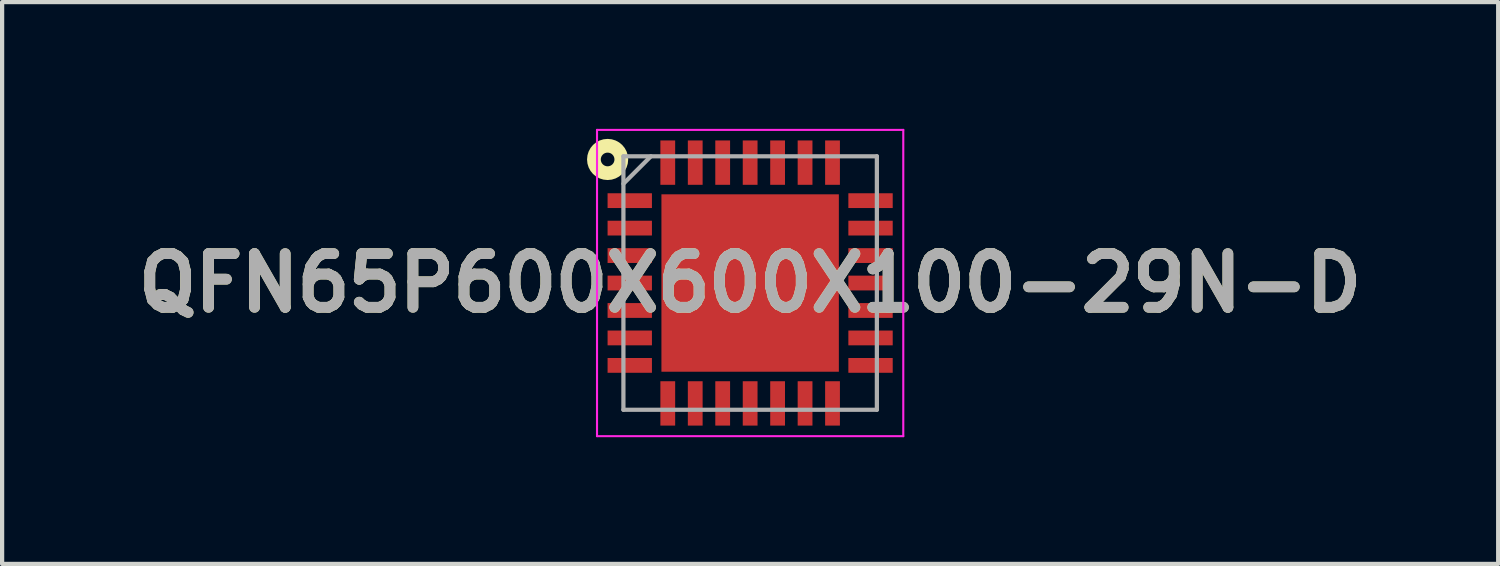
<source format=kicad_pcb>
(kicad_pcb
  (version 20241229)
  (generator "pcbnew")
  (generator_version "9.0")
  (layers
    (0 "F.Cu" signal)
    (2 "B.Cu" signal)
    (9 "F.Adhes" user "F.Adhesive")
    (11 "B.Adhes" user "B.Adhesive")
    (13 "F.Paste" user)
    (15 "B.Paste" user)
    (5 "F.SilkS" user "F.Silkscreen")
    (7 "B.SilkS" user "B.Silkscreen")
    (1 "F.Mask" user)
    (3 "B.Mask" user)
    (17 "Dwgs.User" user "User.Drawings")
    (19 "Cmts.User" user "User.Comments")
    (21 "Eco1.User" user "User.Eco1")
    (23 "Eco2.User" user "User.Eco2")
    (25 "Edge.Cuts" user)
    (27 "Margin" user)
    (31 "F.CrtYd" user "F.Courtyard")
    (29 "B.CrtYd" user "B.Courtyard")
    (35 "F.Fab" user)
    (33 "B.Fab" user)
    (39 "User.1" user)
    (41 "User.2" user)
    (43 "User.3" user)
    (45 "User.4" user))
  (footprint "QFN65P600X600X100-29N-D"
    (layer "F.Cu")
    (at 14.708 3.65)
    (property "Reference" "QFN65P600X600X100-29N-D" (at 0 0 0) (layer "F.SilkS") (effects (font (size 1.27 1.27) (thickness 0.254))))
    (attr smd)
    (fp_circle (center -3.374 -2.925) (end -3.374 -2.763) (stroke (width 0.325) (type solid)) (fill no) (layer "F.SilkS"))
    (fp_line (start -3.625 -3.625) (end 3.625 -3.625) (stroke (width 0.05) (type solid)) (layer "F.CrtYd"))
    (fp_line (start -3.625 3.625) (end -3.625 -3.625) (stroke (width 0.05) (type solid)) (layer "F.CrtYd"))
    (fp_line (start 3.625 -3.625) (end 3.625 3.625) (stroke (width 0.05) (type solid)) (layer "F.CrtYd"))
    (fp_line (start 3.625 3.625) (end -3.625 3.625) (stroke (width 0.05) (type solid)) (layer "F.CrtYd"))
    (fp_line (start -3 -3) (end 3 -3) (stroke (width 0.1) (type solid)) (layer "F.Fab"))
    (fp_line (start -3 -2.35) (end -2.35 -3) (stroke (width 0.1) (type solid)) (layer "F.Fab"))
    (fp_line (start -3 3) (end -3 -3) (stroke (width 0.1) (type solid)) (layer "F.Fab"))
    (fp_line (start 3 -3) (end 3 3) (stroke (width 0.1) (type solid)) (layer "F.Fab"))
    (fp_line (start 3 3) (end -3 3) (stroke (width 0.1) (type solid)) (layer "F.Fab"))
    (fp_text user "${REFERENCE}" (at 0 0 0) (layer "F.Fab") (effects (font (size 1.27 1.27) (thickness 0.254))))
    (pad "1" smd rect (at -2.85 -1.95 90) (size 0.35 1.05) (layers "F.Cu" "F.Mask" "F.Paste"))
    (pad "2" smd rect (at -2.85 -1.3 90) (size 0.35 1.05) (layers "F.Cu" "F.Mask" "F.Paste"))
    (pad "3" smd rect (at -2.85 -0.65 90) (size 0.35 1.05) (layers "F.Cu" "F.Mask" "F.Paste"))
    (pad "4" smd rect (at -2.85 0 90) (size 0.35 1.05) (layers "F.Cu" "F.Mask" "F.Paste"))
    (pad "5" smd rect (at -2.85 0.65 90) (size 0.35 1.05) (layers "F.Cu" "F.Mask" "F.Paste"))
    (pad "6" smd rect (at -2.85 1.3 90) (size 0.35 1.05) (layers "F.Cu" "F.Mask" "F.Paste"))
    (pad "7" smd rect (at -2.85 1.95 90) (size 0.35 1.05) (layers "F.Cu" "F.Mask" "F.Paste"))
    (pad "8" smd rect (at -1.95 2.85) (size 0.35 1.05) (layers "F.Cu" "F.Mask" "F.Paste"))
    (pad "9" smd rect (at -1.3 2.85) (size 0.35 1.05) (layers "F.Cu" "F.Mask" "F.Paste"))
    (pad "10" smd rect (at -0.65 2.85) (size 0.35 1.05) (layers "F.Cu" "F.Mask" "F.Paste"))
    (pad "11" smd rect (at 0 2.85) (size 0.35 1.05) (layers "F.Cu" "F.Mask" "F.Paste"))
    (pad "12" smd rect (at 0.65 2.85) (size 0.35 1.05) (layers "F.Cu" "F.Mask" "F.Paste"))
    (pad "13" smd rect (at 1.3 2.85) (size 0.35 1.05) (layers "F.Cu" "F.Mask" "F.Paste"))
    (pad "14" smd rect (at 1.95 2.85) (size 0.35 1.05) (layers "F.Cu" "F.Mask" "F.Paste"))
    (pad "15" smd rect (at 2.85 1.95 90) (size 0.35 1.05) (layers "F.Cu" "F.Mask" "F.Paste"))
    (pad "16" smd rect (at 2.85 1.3 90) (size 0.35 1.05) (layers "F.Cu" "F.Mask" "F.Paste"))
    (pad "17" smd rect (at 2.85 0.65 90) (size 0.35 1.05) (layers "F.Cu" "F.Mask" "F.Paste"))
    (pad "18" smd rect (at 2.85 0 90) (size 0.35 1.05) (layers "F.Cu" "F.Mask" "F.Paste"))
    (pad "19" smd rect (at 2.85 -0.65 90) (size 0.35 1.05) (layers "F.Cu" "F.Mask" "F.Paste"))
    (pad "20" smd rect (at 2.85 -1.3 90) (size 0.35 1.05) (layers "F.Cu" "F.Mask" "F.Paste"))
    (pad "21" smd rect (at 2.85 -1.95 90) (size 0.35 1.05) (layers "F.Cu" "F.Mask" "F.Paste"))
    (pad "22" smd rect (at 1.95 -2.85) (size 0.35 1.05) (layers "F.Cu" "F.Mask" "F.Paste"))
    (pad "23" smd rect (at 1.3 -2.85) (size 0.35 1.05) (layers "F.Cu" "F.Mask" "F.Paste"))
    (pad "24" smd rect (at 0.65 -2.85) (size 0.35 1.05) (layers "F.Cu" "F.Mask" "F.Paste"))
    (pad "25" smd rect (at 0 -2.85) (size 0.35 1.05) (layers "F.Cu" "F.Mask" "F.Paste"))
    (pad "26" smd rect (at -0.65 -2.85) (size 0.35 1.05) (layers "F.Cu" "F.Mask" "F.Paste"))
    (pad "27" smd rect (at -1.3 -2.85) (size 0.35 1.05) (layers "F.Cu" "F.Mask" "F.Paste"))
    (pad "28" smd rect (at -1.95 -2.85) (size 0.35 1.05) (layers "F.Cu" "F.Mask" "F.Paste"))
    (pad "29" smd rect (at 0 0) (size 4.2 4.2) (layers "F.Cu" "F.Mask" "F.Paste")))
  (gr_rect
    (start -3 -3)
    (end 32.416 10.3)
    (stroke (width 0.1) (type default))
    (fill no)
    (layer "Edge.Cuts")))
</source>
